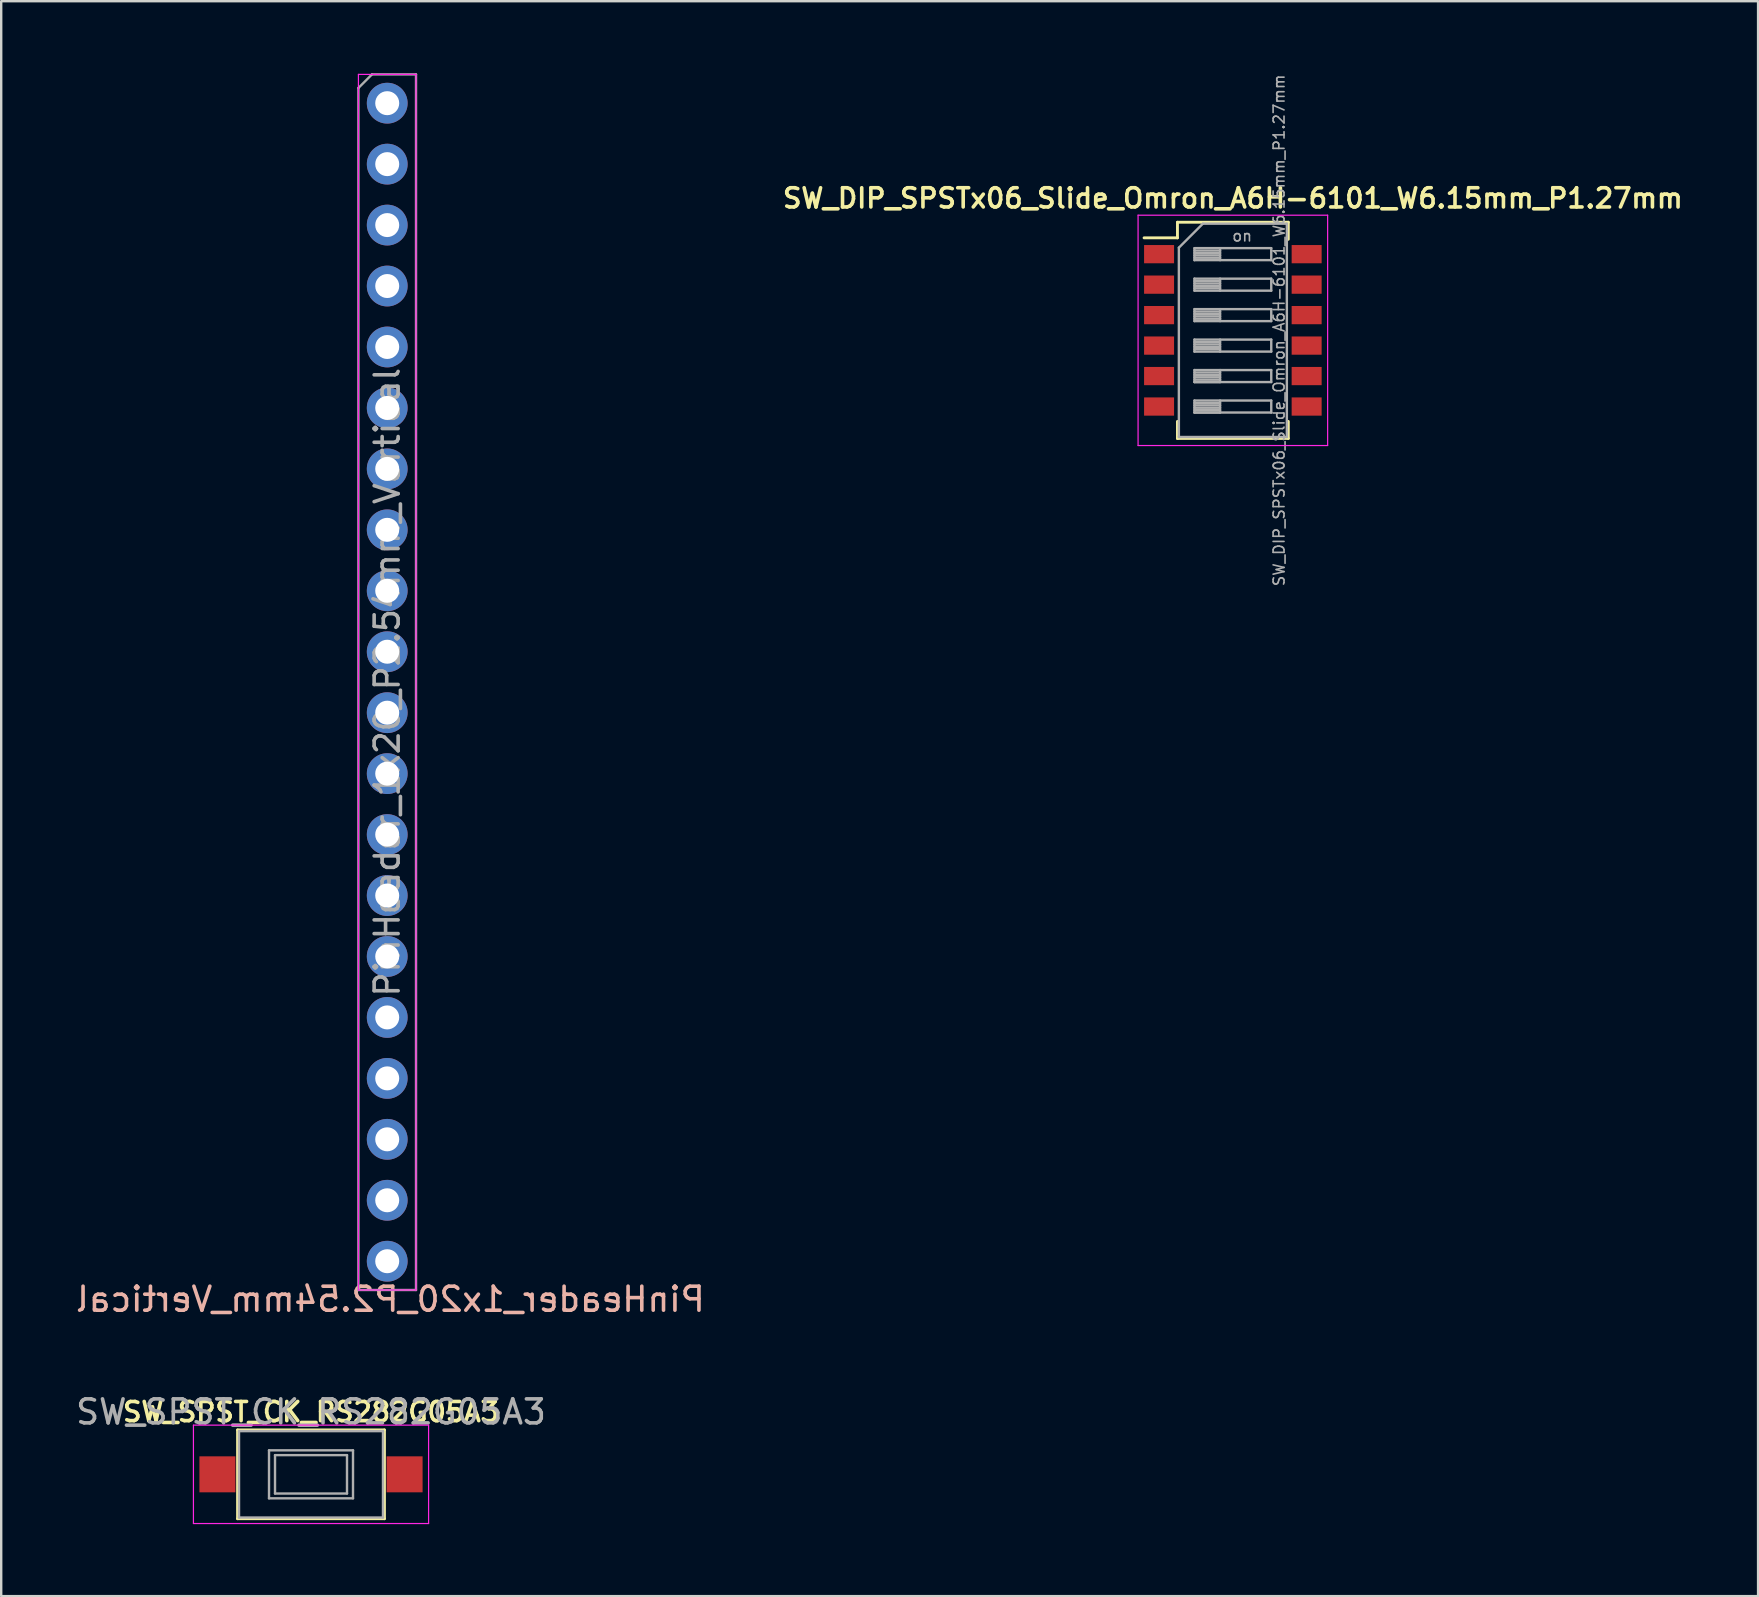
<source format=kicad_pcb>
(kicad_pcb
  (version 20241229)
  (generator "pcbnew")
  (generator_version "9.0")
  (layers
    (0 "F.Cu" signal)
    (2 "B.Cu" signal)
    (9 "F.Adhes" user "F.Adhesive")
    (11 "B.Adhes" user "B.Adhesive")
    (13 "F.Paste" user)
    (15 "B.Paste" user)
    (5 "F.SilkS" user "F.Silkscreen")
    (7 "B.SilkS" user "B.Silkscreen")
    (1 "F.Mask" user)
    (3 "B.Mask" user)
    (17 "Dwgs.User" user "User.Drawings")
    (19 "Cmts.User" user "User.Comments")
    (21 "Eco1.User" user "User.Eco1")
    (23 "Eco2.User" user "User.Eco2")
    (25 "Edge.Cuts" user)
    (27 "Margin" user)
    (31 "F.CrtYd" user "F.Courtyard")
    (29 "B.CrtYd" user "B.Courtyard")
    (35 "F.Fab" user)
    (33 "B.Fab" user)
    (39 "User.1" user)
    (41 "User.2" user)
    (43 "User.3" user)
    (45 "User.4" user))
  (footprint "SW_SPST_CK_RS282G05A3"
    (layer "F.Cu")
    (at 9.911 58.391)
    (property "Reference" "SW_SPST_CK_RS282G05A3" (at 0 -2.6 0) (layer "F.SilkS") (effects (font (size 0.8 0.8) (thickness 0.15))))
    (attr smd)
    (fp_line (start -3.06 -1.85) (end 3.06 -1.85) (stroke (width 0.12) (type solid)) (layer "F.SilkS"))
    (fp_line (start -3.06 1.85) (end -3.06 -1.85) (stroke (width 0.12) (type solid)) (layer "F.SilkS"))
    (fp_line (start 3.06 -1.85) (end 3.06 1.85) (stroke (width 0.12) (type solid)) (layer "F.SilkS"))
    (fp_line (start 3.06 1.85) (end -3.06 1.85) (stroke (width 0.12) (type solid)) (layer "F.SilkS"))
    (fp_line (start -4.9 -2.05) (end 4.9 -2.05) (stroke (width 0.05) (type solid)) (layer "F.CrtYd"))
    (fp_line (start -4.9 2.05) (end -4.9 -2.05) (stroke (width 0.05) (type solid)) (layer "F.CrtYd"))
    (fp_line (start 4.9 -2.05) (end 4.9 2.05) (stroke (width 0.05) (type solid)) (layer "F.CrtYd"))
    (fp_line (start 4.9 2.05) (end -4.9 2.05) (stroke (width 0.05) (type solid)) (layer "F.CrtYd"))
    (fp_line (start -3 -1.8) (end -3 1.8) (stroke (width 0.1) (type solid)) (layer "F.Fab"))
    (fp_line (start -3 -1.8) (end 3 -1.8) (stroke (width 0.1) (type solid)) (layer "F.Fab"))
    (fp_line (start -3 1.8) (end 3 1.8) (stroke (width 0.1) (type solid)) (layer "F.Fab"))
    (fp_line (start -1.75 -1) (end 1.75 -1) (stroke (width 0.1) (type solid)) (layer "F.Fab"))
    (fp_line (start -1.75 1) (end -1.75 -1) (stroke (width 0.1) (type solid)) (layer "F.Fab"))
    (fp_line (start -1.5 -0.8) (end -1.5 0.8) (stroke (width 0.1) (type solid)) (layer "F.Fab"))
    (fp_line (start -1.5 -0.8) (end 1.5 -0.8) (stroke (width 0.1) (type solid)) (layer "F.Fab"))
    (fp_line (start -1.5 0.8) (end 1.5 0.8) (stroke (width 0.1) (type solid)) (layer "F.Fab"))
    (fp_line (start 1.5 -0.8) (end 1.5 0.8) (stroke (width 0.1) (type solid)) (layer "F.Fab"))
    (fp_line (start 1.75 -1) (end 1.75 1) (stroke (width 0.1) (type solid)) (layer "F.Fab"))
    (fp_line (start 1.75 1) (end -1.75 1) (stroke (width 0.1) (type solid)) (layer "F.Fab"))
    (fp_line (start 3 -1.8) (end 3 1.8) (stroke (width 0.1) (type solid)) (layer "F.Fab"))
    (fp_text user "${REFERENCE}" (at 0 -2.6 0) (layer "F.Fab") (effects (font (size 1 1) (thickness 0.15))))
    (pad "1" smd rect (at -3.9 0) (size 1.5 1.5) (layers "F.Cu" "F.Mask" "F.Paste"))
    (pad "2" smd rect (at 3.9 0) (size 1.5 1.5) (layers "F.Cu" "F.Mask" "F.Paste")))
  (footprint "PinHeader_1x20_P2.54mm_Vertical"
    (layer "F.Cu")
    (at 13.087 1.25)
    (property "Reference" "PinHeader_1x20_P2.54mm_Vertical" (at 0.133 49.845 0) (layer "B.SilkS") (effects (font (size 1 1) (thickness 0.15)) (justify mirror)))
    (attr through_hole)
    (fp_line (start -1.2 -1.2) (end -1.2 49.46) (stroke (width 0.05) (type solid)) (layer "F.CrtYd"))
    (fp_line (start -1.2 49.46) (end 1.2 49.46) (stroke (width 0.05) (type solid)) (layer "F.CrtYd"))
    (fp_line (start 1.2 -1.2) (end -1.2 -1.2) (stroke (width 0.05) (type solid)) (layer "F.CrtYd"))
    (fp_line (start 1.2 49.46) (end 1.2 -1.2) (stroke (width 0.05) (type solid)) (layer "F.CrtYd"))
    (fp_line (start -1.2 -0.635) (end -0.635 -1.2) (stroke (width 0.1) (type solid)) (layer "F.Fab"))
    (fp_line (start -1.2 49.46) (end -1.2 -0.635) (stroke (width 0.1) (type solid)) (layer "F.Fab"))
    (fp_line (start -0.635 -1.2) (end 1.2 -1.2) (stroke (width 0.1) (type solid)) (layer "F.Fab"))
    (fp_line (start 1.2 -1.2) (end 1.2 49.46) (stroke (width 0.1) (type solid)) (layer "F.Fab"))
    (fp_line (start 1.2 49.46) (end -1.2 49.46) (stroke (width 0.1) (type solid)) (layer "F.Fab"))
    (fp_text user "${REFERENCE}" (at 0 24.13 270) (layer "F.Fab") (effects (font (size 1 1) (thickness 0.15))))
    (pad "1" thru_hole circle (at 0 0) (size 1.7 1.7) (drill 1) (layers "*.Cu" "*.Mask"))
    (pad "2" thru_hole oval (at 0 2.54) (size 1.7 1.7) (drill 1) (layers "*.Cu" "*.Mask"))
    (pad "3" thru_hole oval (at 0 5.08) (size 1.7 1.7) (drill 1) (layers "*.Cu" "*.Mask"))
    (pad "4" thru_hole oval (at 0 7.62) (size 1.7 1.7) (drill 1) (layers "*.Cu" "*.Mask"))
    (pad "5" thru_hole oval (at 0 10.16) (size 1.7 1.7) (drill 1) (layers "*.Cu" "*.Mask"))
    (pad "6" thru_hole oval (at 0 12.7) (size 1.7 1.7) (drill 1) (layers "*.Cu" "*.Mask"))
    (pad "7" thru_hole oval (at 0 15.24) (size 1.7 1.7) (drill 1) (layers "*.Cu" "*.Mask"))
    (pad "8" thru_hole oval (at 0 17.78) (size 1.7 1.7) (drill 1) (layers "*.Cu" "*.Mask"))
    (pad "9" thru_hole oval (at 0 20.32) (size 1.7 1.7) (drill 1) (layers "*.Cu" "*.Mask"))
    (pad "10" thru_hole oval (at 0 22.86) (size 1.7 1.7) (drill 1) (layers "*.Cu" "*.Mask"))
    (pad "11" thru_hole oval (at 0 25.4) (size 1.7 1.7) (drill 1) (layers "*.Cu" "*.Mask"))
    (pad "12" thru_hole oval (at 0 27.94) (size 1.7 1.7) (drill 1) (layers "*.Cu" "*.Mask"))
    (pad "13" thru_hole oval (at 0 30.48) (size 1.7 1.7) (drill 1) (layers "*.Cu" "*.Mask"))
    (pad "14" thru_hole oval (at 0 33.02) (size 1.7 1.7) (drill 1) (layers "*.Cu" "*.Mask"))
    (pad "15" thru_hole oval (at 0 35.56) (size 1.7 1.7) (drill 1) (layers "*.Cu" "*.Mask"))
    (pad "16" thru_hole oval (at 0 38.1) (size 1.7 1.7) (drill 1) (layers "*.Cu" "*.Mask"))
    (pad "17" thru_hole oval (at 0 40.64) (size 1.7 1.7) (drill 1) (layers "*.Cu" "*.Mask"))
    (pad "18" thru_hole oval (at 0 43.18) (size 1.7 1.7) (drill 1) (layers "*.Cu" "*.Mask"))
    (pad "19" thru_hole oval (at 0 45.72) (size 1.7 1.7) (drill 1) (layers "*.Cu" "*.Mask"))
    (pad "20" thru_hole oval (at 0 48.26) (size 1.7 1.7) (drill 1) (layers "*.Cu" "*.Mask")))
  (footprint "SW_DIP_SPSTx06_Slide_Omron_A6H-6101_W6.15mm_P1.27mm"
    (layer "F.Cu")
    (at 48.328 10.717)
    (property "Reference" "SW_DIP_SPSTx06_Slide_Omron_A6H-6101_W6.15mm_P1.27mm" (at 0 -5.505 0) (layer "F.SilkS") (effects (font (size 0.8 0.8) (thickness 0.15))))
    (attr smd)
    (fp_line (start -3.7 -3.855) (end -2.309 -3.855) (stroke (width 0.12) (type solid)) (layer "F.SilkS"))
    (fp_line (start -2.309 -4.505) (end -2.309 -3.855) (stroke (width 0.12) (type solid)) (layer "F.SilkS"))
    (fp_line (start -2.309 -4.505) (end 2.31 -4.505) (stroke (width 0.12) (type solid)) (layer "F.SilkS"))
    (fp_line (start -2.309 3.795) (end -2.309 4.505) (stroke (width 0.12) (type solid)) (layer "F.SilkS"))
    (fp_line (start -2.309 4.505) (end 2.31 4.505) (stroke (width 0.12) (type solid)) (layer "F.SilkS"))
    (fp_line (start 2.31 -4.505) (end 2.31 -3.795) (stroke (width 0.12) (type solid)) (layer "F.SilkS"))
    (fp_line (start 2.31 3.795) (end 2.31 4.505) (stroke (width 0.12) (type solid)) (layer "F.SilkS"))
    (fp_line (start -3.95 -4.8) (end -3.95 4.8) (stroke (width 0.05) (type solid)) (layer "F.CrtYd"))
    (fp_line (start -3.95 4.8) (end 3.95 4.8) (stroke (width 0.05) (type solid)) (layer "F.CrtYd"))
    (fp_line (start 3.95 -4.8) (end -3.95 -4.8) (stroke (width 0.05) (type solid)) (layer "F.CrtYd"))
    (fp_line (start 3.95 4.8) (end 3.95 -4.8) (stroke (width 0.05) (type solid)) (layer "F.CrtYd"))
    (fp_line (start -2.25 -3.445) (end -1.25 -4.445) (stroke (width 0.1) (type solid)) (layer "F.Fab"))
    (fp_line (start -2.25 4.445) (end -2.25 -3.445) (stroke (width 0.1) (type solid)) (layer "F.Fab"))
    (fp_line (start -1.6 -3.425) (end -1.6 -2.925) (stroke (width 0.1) (type solid)) (layer "F.Fab"))
    (fp_line (start -1.6 -3.325) (end -0.533 -3.325) (stroke (width 0.1) (type solid)) (layer "F.Fab"))
    (fp_line (start -1.6 -3.225) (end -0.533 -3.225) (stroke (width 0.1) (type solid)) (layer "F.Fab"))
    (fp_line (start -1.6 -3.125) (end -0.533 -3.125) (stroke (width 0.1) (type solid)) (layer "F.Fab"))
    (fp_line (start -1.6 -3.025) (end -0.533 -3.025) (stroke (width 0.1) (type solid)) (layer "F.Fab"))
    (fp_line (start -1.6 -2.925) (end 1.6 -2.925) (stroke (width 0.1) (type solid)) (layer "F.Fab"))
    (fp_line (start -1.6 -2.155) (end -1.6 -1.655) (stroke (width 0.1) (type solid)) (layer "F.Fab"))
    (fp_line (start -1.6 -2.055) (end -0.533 -2.055) (stroke (width 0.1) (type solid)) (layer "F.Fab"))
    (fp_line (start -1.6 -1.955) (end -0.533 -1.955) (stroke (width 0.1) (type solid)) (layer "F.Fab"))
    (fp_line (start -1.6 -1.855) (end -0.533 -1.855) (stroke (width 0.1) (type solid)) (layer "F.Fab"))
    (fp_line (start -1.6 -1.755) (end -0.533 -1.755) (stroke (width 0.1) (type solid)) (layer "F.Fab"))
    (fp_line (start -1.6 -1.655) (end 1.6 -1.655) (stroke (width 0.1) (type solid)) (layer "F.Fab"))
    (fp_line (start -1.6 -0.885) (end -1.6 -0.385) (stroke (width 0.1) (type solid)) (layer "F.Fab"))
    (fp_line (start -1.6 -0.785) (end -0.533 -0.785) (stroke (width 0.1) (type solid)) (layer "F.Fab"))
    (fp_line (start -1.6 -0.685) (end -0.533 -0.685) (stroke (width 0.1) (type solid)) (layer "F.Fab"))
    (fp_line (start -1.6 -0.585) (end -0.533 -0.585) (stroke (width 0.1) (type solid)) (layer "F.Fab"))
    (fp_line (start -1.6 -0.485) (end -0.533 -0.485) (stroke (width 0.1) (type solid)) (layer "F.Fab"))
    (fp_line (start -1.6 -0.385) (end 1.6 -0.385) (stroke (width 0.1) (type solid)) (layer "F.Fab"))
    (fp_line (start -1.6 0.385) (end -1.6 0.885) (stroke (width 0.1) (type solid)) (layer "F.Fab"))
    (fp_line (start -1.6 0.485) (end -0.533 0.485) (stroke (width 0.1) (type solid)) (layer "F.Fab"))
    (fp_line (start -1.6 0.585) (end -0.533 0.585) (stroke (width 0.1) (type solid)) (layer "F.Fab"))
    (fp_line (start -1.6 0.685) (end -0.533 0.685) (stroke (width 0.1) (type solid)) (layer "F.Fab"))
    (fp_line (start -1.6 0.785) (end -0.533 0.785) (stroke (width 0.1) (type solid)) (layer "F.Fab"))
    (fp_line (start -1.6 0.885) (end 1.6 0.885) (stroke (width 0.1) (type solid)) (layer "F.Fab"))
    (fp_line (start -1.6 1.655) (end -1.6 2.155) (stroke (width 0.1) (type solid)) (layer "F.Fab"))
    (fp_line (start -1.6 1.755) (end -0.533 1.755) (stroke (width 0.1) (type solid)) (layer "F.Fab"))
    (fp_line (start -1.6 1.855) (end -0.533 1.855) (stroke (width 0.1) (type solid)) (layer "F.Fab"))
    (fp_line (start -1.6 1.955) (end -0.533 1.955) (stroke (width 0.1) (type solid)) (layer "F.Fab"))
    (fp_line (start -1.6 2.055) (end -0.533 2.055) (stroke (width 0.1) (type solid)) (layer "F.Fab"))
    (fp_line (start -1.6 2.155) (end -0.533 2.155) (stroke (width 0.1) (type solid)) (layer "F.Fab"))
    (fp_line (start -1.6 2.155) (end 1.6 2.155) (stroke (width 0.1) (type solid)) (layer "F.Fab"))
    (fp_line (start -1.6 2.925) (end -1.6 3.425) (stroke (width 0.1) (type solid)) (layer "F.Fab"))
    (fp_line (start -1.6 3.025) (end -0.533 3.025) (stroke (width 0.1) (type solid)) (layer "F.Fab"))
    (fp_line (start -1.6 3.125) (end -0.533 3.125) (stroke (width 0.1) (type solid)) (layer "F.Fab"))
    (fp_line (start -1.6 3.225) (end -0.533 3.225) (stroke (width 0.1) (type solid)) (layer "F.Fab"))
    (fp_line (start -1.6 3.325) (end -0.533 3.325) (stroke (width 0.1) (type solid)) (layer "F.Fab"))
    (fp_line (start -1.6 3.425) (end -0.533 3.425) (stroke (width 0.1) (type solid)) (layer "F.Fab"))
    (fp_line (start -1.6 3.425) (end 1.6 3.425) (stroke (width 0.1) (type solid)) (layer "F.Fab"))
    (fp_line (start -1.25 -4.445) (end 2.25 -4.445) (stroke (width 0.1) (type solid)) (layer "F.Fab"))
    (fp_line (start -0.533 -3.425) (end -0.533 -2.925) (stroke (width 0.1) (type solid)) (layer "F.Fab"))
    (fp_line (start -0.533 -2.155) (end -0.533 -1.655) (stroke (width 0.1) (type solid)) (layer "F.Fab"))
    (fp_line (start -0.533 -0.885) (end -0.533 -0.385) (stroke (width 0.1) (type solid)) (layer "F.Fab"))
    (fp_line (start -0.533 0.385) (end -0.533 0.885) (stroke (width 0.1) (type solid)) (layer "F.Fab"))
    (fp_line (start -0.533 1.655) (end -0.533 2.155) (stroke (width 0.1) (type solid)) (layer "F.Fab"))
    (fp_line (start -0.533 2.925) (end -0.533 3.425) (stroke (width 0.1) (type solid)) (layer "F.Fab"))
    (fp_line (start 1.6 -3.425) (end -1.6 -3.425) (stroke (width 0.1) (type solid)) (layer "F.Fab"))
    (fp_line (start 1.6 -2.925) (end 1.6 -3.425) (stroke (width 0.1) (type solid)) (layer "F.Fab"))
    (fp_line (start 1.6 -2.155) (end -1.6 -2.155) (stroke (width 0.1) (type solid)) (layer "F.Fab"))
    (fp_line (start 1.6 -1.655) (end 1.6 -2.155) (stroke (width 0.1) (type solid)) (layer "F.Fab"))
    (fp_line (start 1.6 -0.885) (end -1.6 -0.885) (stroke (width 0.1) (type solid)) (layer "F.Fab"))
    (fp_line (start 1.6 -0.385) (end 1.6 -0.885) (stroke (width 0.1) (type solid)) (layer "F.Fab"))
    (fp_line (start 1.6 0.385) (end -1.6 0.385) (stroke (width 0.1) (type solid)) (layer "F.Fab"))
    (fp_line (start 1.6 0.885) (end 1.6 0.385) (stroke (width 0.1) (type solid)) (layer "F.Fab"))
    (fp_line (start 1.6 1.655) (end -1.6 1.655) (stroke (width 0.1) (type solid)) (layer "F.Fab"))
    (fp_line (start 1.6 2.155) (end 1.6 1.655) (stroke (width 0.1) (type solid)) (layer "F.Fab"))
    (fp_line (start 1.6 2.925) (end -1.6 2.925) (stroke (width 0.1) (type solid)) (layer "F.Fab"))
    (fp_line (start 1.6 3.425) (end 1.6 2.925) (stroke (width 0.1) (type solid)) (layer "F.Fab"))
    (fp_line (start 2.25 -4.445) (end 2.25 4.445) (stroke (width 0.1) (type solid)) (layer "F.Fab"))
    (fp_line (start 2.25 4.445) (end -2.25 4.445) (stroke (width 0.1) (type solid)) (layer "F.Fab"))
    (fp_text user "${REFERENCE}" (at 1.925 0 90) (layer "F.Fab") (effects (font (size 0.455 0.455) (thickness 0.068))))
    (fp_text user "on" (at 0.388 -3.935 0) (layer "F.Fab") (effects (font (size 0.455 0.455) (thickness 0.068))))
    (pad "1" smd rect (at -3.075 -3.175) (size 1.25 0.76) (layers "F.Cu" "F.Mask" "F.Paste"))
    (pad "2" smd rect (at -3.075 -1.905) (size 1.25 0.76) (layers "F.Cu" "F.Mask" "F.Paste"))
    (pad "3" smd rect (at -3.075 -0.635) (size 1.25 0.76) (layers "F.Cu" "F.Mask" "F.Paste"))
    (pad "4" smd rect (at -3.075 0.635) (size 1.25 0.76) (layers "F.Cu" "F.Mask" "F.Paste"))
    (pad "5" smd rect (at -3.075 1.905) (size 1.25 0.76) (layers "F.Cu" "F.Mask" "F.Paste"))
    (pad "6" smd rect (at -3.075 3.175) (size 1.25 0.76) (layers "F.Cu" "F.Mask" "F.Paste"))
    (pad "7" smd rect (at 3.075 3.175) (size 1.25 0.76) (layers "F.Cu" "F.Mask" "F.Paste"))
    (pad "8" smd rect (at 3.075 1.905) (size 1.25 0.76) (layers "F.Cu" "F.Mask" "F.Paste"))
    (pad "9" smd rect (at 3.075 0.635) (size 1.25 0.76) (layers "F.Cu" "F.Mask" "F.Paste"))
    (pad "10" smd rect (at 3.075 -0.635) (size 1.25 0.76) (layers "F.Cu" "F.Mask" "F.Paste"))
    (pad "11" smd rect (at 3.075 -1.905) (size 1.25 0.76) (layers "F.Cu" "F.Mask" "F.Paste"))
    (pad "12" smd rect (at 3.075 -3.175) (size 1.25 0.76) (layers "F.Cu" "F.Mask" "F.Paste")))
  (gr_rect
    (start -3 -3)
    (end 70.216 63.466)
    (stroke (width 0.1) (type default))
    (fill no)
    (layer "Edge.Cuts")))
</source>
